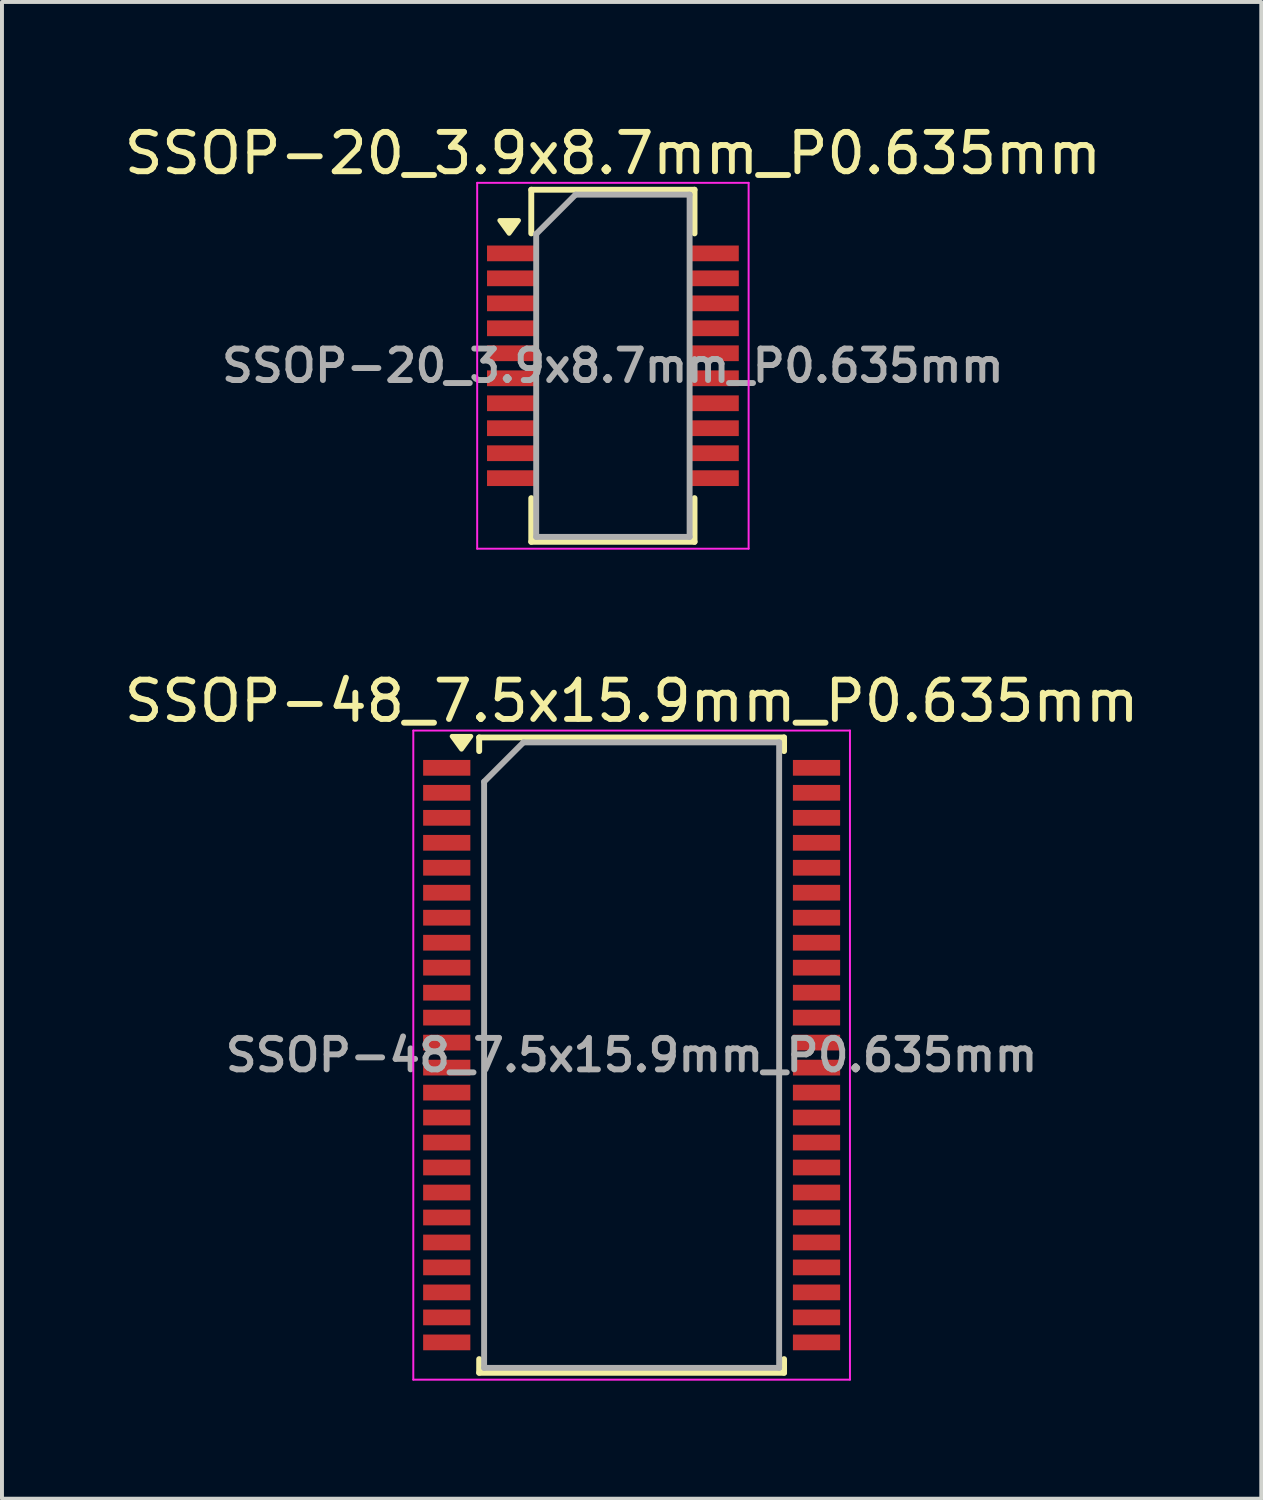
<source format=kicad_pcb>
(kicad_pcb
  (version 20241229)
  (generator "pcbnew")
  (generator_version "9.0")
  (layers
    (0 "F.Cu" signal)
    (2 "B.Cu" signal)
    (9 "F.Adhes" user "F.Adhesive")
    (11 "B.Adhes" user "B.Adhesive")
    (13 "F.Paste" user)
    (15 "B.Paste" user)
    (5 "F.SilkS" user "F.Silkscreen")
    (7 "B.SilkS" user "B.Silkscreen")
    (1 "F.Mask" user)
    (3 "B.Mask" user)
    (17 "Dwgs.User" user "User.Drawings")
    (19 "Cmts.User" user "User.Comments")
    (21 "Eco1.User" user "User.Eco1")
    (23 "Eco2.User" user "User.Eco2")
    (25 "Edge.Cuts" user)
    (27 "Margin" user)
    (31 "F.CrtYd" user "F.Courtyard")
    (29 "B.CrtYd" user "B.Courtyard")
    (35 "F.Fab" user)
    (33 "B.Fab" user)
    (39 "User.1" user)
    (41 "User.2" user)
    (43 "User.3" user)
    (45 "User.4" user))
  (footprint "SSOP-48_7.5x15.9mm_P0.635mm"
    (layer "F.Cu")
    (at 13.006 23.771)
    (property "Reference" "SSOP-48_7.5x15.9mm_P0.635mm" (at 0 -9 0) (layer "F.SilkS") (effects (font (size 1 1) (thickness 0.15))))
    (attr smd)
    (fp_line (start -3.875 -8.075) (end -3.875 -7.728) (stroke (width 0.15) (type solid)) (layer "F.SilkS"))
    (fp_line (start -3.875 -8.075) (end 3.875 -8.075) (stroke (width 0.15) (type solid)) (layer "F.SilkS"))
    (fp_line (start -3.875 8.075) (end -3.875 7.728) (stroke (width 0.15) (type solid)) (layer "F.SilkS"))
    (fp_line (start -3.875 8.075) (end 3.875 8.075) (stroke (width 0.15) (type solid)) (layer "F.SilkS"))
    (fp_line (start 3.875 -8.075) (end 3.875 -7.728) (stroke (width 0.15) (type solid)) (layer "F.SilkS"))
    (fp_line (start 3.875 8.075) (end 3.875 7.728) (stroke (width 0.15) (type solid)) (layer "F.SilkS"))
    (fp_poly (pts (xy -4.325 -7.775) (xy -4.565 -8.105) (xy -4.085 -8.105) (xy -4.325 -7.775)) (stroke (width 0.12) (type solid)) (fill yes) (layer "F.SilkS"))
    (fp_line (start -5.55 -8.25) (end -5.55 8.25) (stroke (width 0.05) (type solid)) (layer "F.CrtYd"))
    (fp_line (start -5.55 -8.25) (end 5.55 -8.25) (stroke (width 0.05) (type solid)) (layer "F.CrtYd"))
    (fp_line (start -5.55 8.25) (end 5.55 8.25) (stroke (width 0.05) (type solid)) (layer "F.CrtYd"))
    (fp_line (start 5.55 -8.25) (end 5.55 8.25) (stroke (width 0.05) (type solid)) (layer "F.CrtYd"))
    (fp_line (start -3.75 -6.95) (end -2.75 -7.95) (stroke (width 0.15) (type solid)) (layer "F.Fab"))
    (fp_line (start -3.75 7.95) (end -3.75 -6.95) (stroke (width 0.15) (type solid)) (layer "F.Fab"))
    (fp_line (start -2.75 -7.95) (end 3.75 -7.95) (stroke (width 0.15) (type solid)) (layer "F.Fab"))
    (fp_line (start 3.75 -7.95) (end 3.75 7.95) (stroke (width 0.15) (type solid)) (layer "F.Fab"))
    (fp_line (start 3.75 7.95) (end -3.75 7.95) (stroke (width 0.15) (type solid)) (layer "F.Fab"))
    (fp_text user "${REFERENCE}" (at 0 0 0) (layer "F.Fab") (effects (font (size 0.8 0.8) (thickness 0.15))))
    (pad "1" smd rect (at -4.7 -7.303) (size 1.2 0.4) (layers "F.Cu" "F.Mask" "F.Paste"))
    (pad "2" smd rect (at -4.7 -6.668) (size 1.2 0.4) (layers "F.Cu" "F.Mask" "F.Paste"))
    (pad "3" smd rect (at -4.7 -6.032) (size 1.2 0.4) (layers "F.Cu" "F.Mask" "F.Paste"))
    (pad "4" smd rect (at -4.7 -5.397) (size 1.2 0.4) (layers "F.Cu" "F.Mask" "F.Paste"))
    (pad "5" smd rect (at -4.7 -4.763) (size 1.2 0.4) (layers "F.Cu" "F.Mask" "F.Paste"))
    (pad "6" smd rect (at -4.7 -4.128) (size 1.2 0.4) (layers "F.Cu" "F.Mask" "F.Paste"))
    (pad "7" smd rect (at -4.7 -3.493) (size 1.2 0.4) (layers "F.Cu" "F.Mask" "F.Paste"))
    (pad "8" smd rect (at -4.7 -2.857) (size 1.2 0.4) (layers "F.Cu" "F.Mask" "F.Paste"))
    (pad "9" smd rect (at -4.7 -2.223) (size 1.2 0.4) (layers "F.Cu" "F.Mask" "F.Paste"))
    (pad "10" smd rect (at -4.7 -1.587) (size 1.2 0.4) (layers "F.Cu" "F.Mask" "F.Paste"))
    (pad "11" smd rect (at -4.7 -0.953) (size 1.2 0.4) (layers "F.Cu" "F.Mask" "F.Paste"))
    (pad "12" smd rect (at -4.7 -0.318) (size 1.2 0.4) (layers "F.Cu" "F.Mask" "F.Paste"))
    (pad "13" smd rect (at -4.7 0.318) (size 1.2 0.4) (layers "F.Cu" "F.Mask" "F.Paste"))
    (pad "14" smd rect (at -4.7 0.953) (size 1.2 0.4) (layers "F.Cu" "F.Mask" "F.Paste"))
    (pad "15" smd rect (at -4.7 1.587) (size 1.2 0.4) (layers "F.Cu" "F.Mask" "F.Paste"))
    (pad "16" smd rect (at -4.7 2.223) (size 1.2 0.4) (layers "F.Cu" "F.Mask" "F.Paste"))
    (pad "17" smd rect (at -4.7 2.857) (size 1.2 0.4) (layers "F.Cu" "F.Mask" "F.Paste"))
    (pad "18" smd rect (at -4.7 3.493) (size 1.2 0.4) (layers "F.Cu" "F.Mask" "F.Paste"))
    (pad "19" smd rect (at -4.7 4.128) (size 1.2 0.4) (layers "F.Cu" "F.Mask" "F.Paste"))
    (pad "20" smd rect (at -4.7 4.763) (size 1.2 0.4) (layers "F.Cu" "F.Mask" "F.Paste"))
    (pad "21" smd rect (at -4.7 5.397) (size 1.2 0.4) (layers "F.Cu" "F.Mask" "F.Paste"))
    (pad "22" smd rect (at -4.7 6.032) (size 1.2 0.4) (layers "F.Cu" "F.Mask" "F.Paste"))
    (pad "23" smd rect (at -4.7 6.668) (size 1.2 0.4) (layers "F.Cu" "F.Mask" "F.Paste"))
    (pad "24" smd rect (at -4.7 7.303) (size 1.2 0.4) (layers "F.Cu" "F.Mask" "F.Paste"))
    (pad "25" smd rect (at 4.7 7.303) (size 1.2 0.4) (layers "F.Cu" "F.Mask" "F.Paste"))
    (pad "26" smd rect (at 4.7 6.668) (size 1.2 0.4) (layers "F.Cu" "F.Mask" "F.Paste"))
    (pad "27" smd rect (at 4.7 6.032) (size 1.2 0.4) (layers "F.Cu" "F.Mask" "F.Paste"))
    (pad "28" smd rect (at 4.7 5.397) (size 1.2 0.4) (layers "F.Cu" "F.Mask" "F.Paste"))
    (pad "29" smd rect (at 4.7 4.763) (size 1.2 0.4) (layers "F.Cu" "F.Mask" "F.Paste"))
    (pad "30" smd rect (at 4.7 4.128) (size 1.2 0.4) (layers "F.Cu" "F.Mask" "F.Paste"))
    (pad "31" smd rect (at 4.7 3.493) (size 1.2 0.4) (layers "F.Cu" "F.Mask" "F.Paste"))
    (pad "32" smd rect (at 4.7 2.857) (size 1.2 0.4) (layers "F.Cu" "F.Mask" "F.Paste"))
    (pad "33" smd rect (at 4.7 2.223) (size 1.2 0.4) (layers "F.Cu" "F.Mask" "F.Paste"))
    (pad "34" smd rect (at 4.7 1.587) (size 1.2 0.4) (layers "F.Cu" "F.Mask" "F.Paste"))
    (pad "35" smd rect (at 4.7 0.953) (size 1.2 0.4) (layers "F.Cu" "F.Mask" "F.Paste"))
    (pad "36" smd rect (at 4.7 0.318) (size 1.2 0.4) (layers "F.Cu" "F.Mask" "F.Paste"))
    (pad "37" smd rect (at 4.7 -0.318) (size 1.2 0.4) (layers "F.Cu" "F.Mask" "F.Paste"))
    (pad "38" smd rect (at 4.7 -0.953) (size 1.2 0.4) (layers "F.Cu" "F.Mask" "F.Paste"))
    (pad "39" smd rect (at 4.7 -1.587) (size 1.2 0.4) (layers "F.Cu" "F.Mask" "F.Paste"))
    (pad "40" smd rect (at 4.7 -2.223) (size 1.2 0.4) (layers "F.Cu" "F.Mask" "F.Paste"))
    (pad "41" smd rect (at 4.7 -2.857) (size 1.2 0.4) (layers "F.Cu" "F.Mask" "F.Paste"))
    (pad "42" smd rect (at 4.7 -3.493) (size 1.2 0.4) (layers "F.Cu" "F.Mask" "F.Paste"))
    (pad "43" smd rect (at 4.7 -4.128) (size 1.2 0.4) (layers "F.Cu" "F.Mask" "F.Paste"))
    (pad "44" smd rect (at 4.7 -4.763) (size 1.2 0.4) (layers "F.Cu" "F.Mask" "F.Paste"))
    (pad "45" smd rect (at 4.7 -5.397) (size 1.2 0.4) (layers "F.Cu" "F.Mask" "F.Paste"))
    (pad "46" smd rect (at 4.7 -6.032) (size 1.2 0.4) (layers "F.Cu" "F.Mask" "F.Paste"))
    (pad "47" smd rect (at 4.7 -6.668) (size 1.2 0.4) (layers "F.Cu" "F.Mask" "F.Paste"))
    (pad "48" smd rect (at 4.7 -7.303) (size 1.2 0.4) (layers "F.Cu" "F.Mask" "F.Paste")))
  (footprint "SSOP-20_3.9x8.7mm_P0.635mm"
    (layer "F.Cu")
    (at 12.53 6.248)
    (property "Reference" "SSOP-20_3.9x8.7mm_P0.635mm" (at 0 -5.4 0) (layer "F.SilkS") (effects (font (size 1 1) (thickness 0.15))))
    (attr smd)
    (fp_line (start -2.075 -4.475) (end 2.075 -4.475) (stroke (width 0.15) (type solid)) (layer "F.SilkS"))
    (fp_line (start -2.075 -3.365) (end -2.075 -4.475) (stroke (width 0.15) (type solid)) (layer "F.SilkS"))
    (fp_line (start -2.075 4.475) (end -2.075 3.365) (stroke (width 0.15) (type solid)) (layer "F.SilkS"))
    (fp_line (start -2.075 4.475) (end 2.075 4.475) (stroke (width 0.15) (type solid)) (layer "F.SilkS"))
    (fp_line (start 2.075 -4.475) (end 2.075 -3.365) (stroke (width 0.15) (type solid)) (layer "F.SilkS"))
    (fp_line (start 2.075 4.475) (end 2.075 3.365) (stroke (width 0.15) (type solid)) (layer "F.SilkS"))
    (fp_poly (pts (xy -2.638 -3.365) (xy -2.877 -3.695) (xy -2.397 -3.695) (xy -2.638 -3.365)) (stroke (width 0.12) (type solid)) (fill yes) (layer "F.SilkS"))
    (fp_line (start -3.45 -4.65) (end -3.45 4.65) (stroke (width 0.05) (type solid)) (layer "F.CrtYd"))
    (fp_line (start -3.45 -4.65) (end 3.45 -4.65) (stroke (width 0.05) (type solid)) (layer "F.CrtYd"))
    (fp_line (start -3.45 4.65) (end 3.45 4.65) (stroke (width 0.05) (type solid)) (layer "F.CrtYd"))
    (fp_line (start 3.45 -4.65) (end 3.45 4.65) (stroke (width 0.05) (type solid)) (layer "F.CrtYd"))
    (fp_line (start -1.95 -3.35) (end -0.95 -4.35) (stroke (width 0.15) (type solid)) (layer "F.Fab"))
    (fp_line (start -1.95 4.35) (end -1.95 -3.35) (stroke (width 0.15) (type solid)) (layer "F.Fab"))
    (fp_line (start -0.95 -4.35) (end 1.95 -4.35) (stroke (width 0.15) (type solid)) (layer "F.Fab"))
    (fp_line (start 1.95 -4.35) (end 1.95 4.35) (stroke (width 0.15) (type solid)) (layer "F.Fab"))
    (fp_line (start 1.95 4.35) (end -1.95 4.35) (stroke (width 0.15) (type solid)) (layer "F.Fab"))
    (fp_text user "${REFERENCE}" (at 0 0 0) (layer "F.Fab") (effects (font (size 0.8 0.8) (thickness 0.15))))
    (pad "1" smd rect (at -2.6 -2.857) (size 1.2 0.4) (layers "F.Cu" "F.Mask" "F.Paste"))
    (pad "2" smd rect (at -2.6 -2.223) (size 1.2 0.4) (layers "F.Cu" "F.Mask" "F.Paste"))
    (pad "3" smd rect (at -2.6 -1.587) (size 1.2 0.4) (layers "F.Cu" "F.Mask" "F.Paste"))
    (pad "4" smd rect (at -2.6 -0.953) (size 1.2 0.4) (layers "F.Cu" "F.Mask" "F.Paste"))
    (pad "5" smd rect (at -2.6 -0.318) (size 1.2 0.4) (layers "F.Cu" "F.Mask" "F.Paste"))
    (pad "6" smd rect (at -2.6 0.318) (size 1.2 0.4) (layers "F.Cu" "F.Mask" "F.Paste"))
    (pad "7" smd rect (at -2.6 0.953) (size 1.2 0.4) (layers "F.Cu" "F.Mask" "F.Paste"))
    (pad "8" smd rect (at -2.6 1.587) (size 1.2 0.4) (layers "F.Cu" "F.Mask" "F.Paste"))
    (pad "9" smd rect (at -2.6 2.223) (size 1.2 0.4) (layers "F.Cu" "F.Mask" "F.Paste"))
    (pad "10" smd rect (at -2.6 2.857) (size 1.2 0.4) (layers "F.Cu" "F.Mask" "F.Paste"))
    (pad "11" smd rect (at 2.6 2.857) (size 1.2 0.4) (layers "F.Cu" "F.Mask" "F.Paste"))
    (pad "12" smd rect (at 2.6 2.223) (size 1.2 0.4) (layers "F.Cu" "F.Mask" "F.Paste"))
    (pad "13" smd rect (at 2.6 1.587) (size 1.2 0.4) (layers "F.Cu" "F.Mask" "F.Paste"))
    (pad "14" smd rect (at 2.6 0.953) (size 1.2 0.4) (layers "F.Cu" "F.Mask" "F.Paste"))
    (pad "15" smd rect (at 2.6 0.318) (size 1.2 0.4) (layers "F.Cu" "F.Mask" "F.Paste"))
    (pad "16" smd rect (at 2.6 -0.318) (size 1.2 0.4) (layers "F.Cu" "F.Mask" "F.Paste"))
    (pad "17" smd rect (at 2.6 -0.953) (size 1.2 0.4) (layers "F.Cu" "F.Mask" "F.Paste"))
    (pad "18" smd rect (at 2.6 -1.587) (size 1.2 0.4) (layers "F.Cu" "F.Mask" "F.Paste"))
    (pad "19" smd rect (at 2.6 -2.223) (size 1.2 0.4) (layers "F.Cu" "F.Mask" "F.Paste"))
    (pad "20" smd rect (at 2.6 -2.857) (size 1.2 0.4) (layers "F.Cu" "F.Mask" "F.Paste")))
  (gr_rect
    (start -3 -3)
    (end 29.012 35.047)
    (stroke (width 0.1) (type default))
    (fill no)
    (layer "Edge.Cuts")))
</source>
